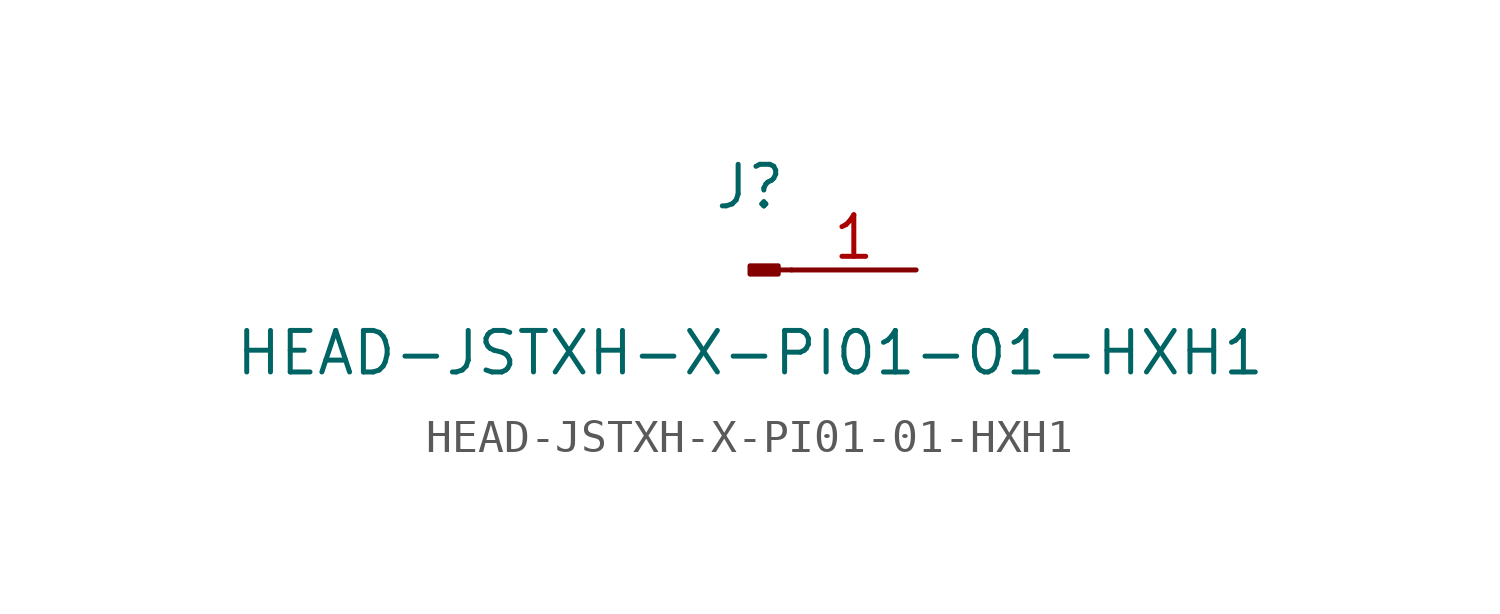
<source format=kicad_sym>
(kicad_symbol_lib
  (version 20211014)
  (generator kicad_symbol_editor)
  (symbol "HEAD-JSTXH-X-PI01-01-HXH1"
    (pin_names
      (offset 1.016) hide)
    (property "Reference" "J"
      (at 0 2.54 0)
      (effects (font (size 1.27 1.27))))
    (property "Value" "HEAD-JSTXH-X-PI01-01-HXH1"
      (at 0 -2.54 0)
      (effects (font (size 1.27 1.27))))
    (symbol "HEAD-JSTXH-X-PI01-01-HXH1_1_1"
      (polyline (pts (xy 1.27 0) (xy 0.864 0)) (stroke (width 0.152) (type default) (color 0 0 0 0)) (fill (type none)))
      (rectangle (start 0.864 0.127) (end 0 -0.127) (stroke (width 0.152) (type default) (color 0 0 0 0)) (fill (type outline)))
      (pin passive line (at 5.08 0 180) (length 3.81) (name "Pin_1" (effects (font (size 1.27 1.27)))) (number "1" (effects (font (size 1.27 1.27))))))))
</source>
